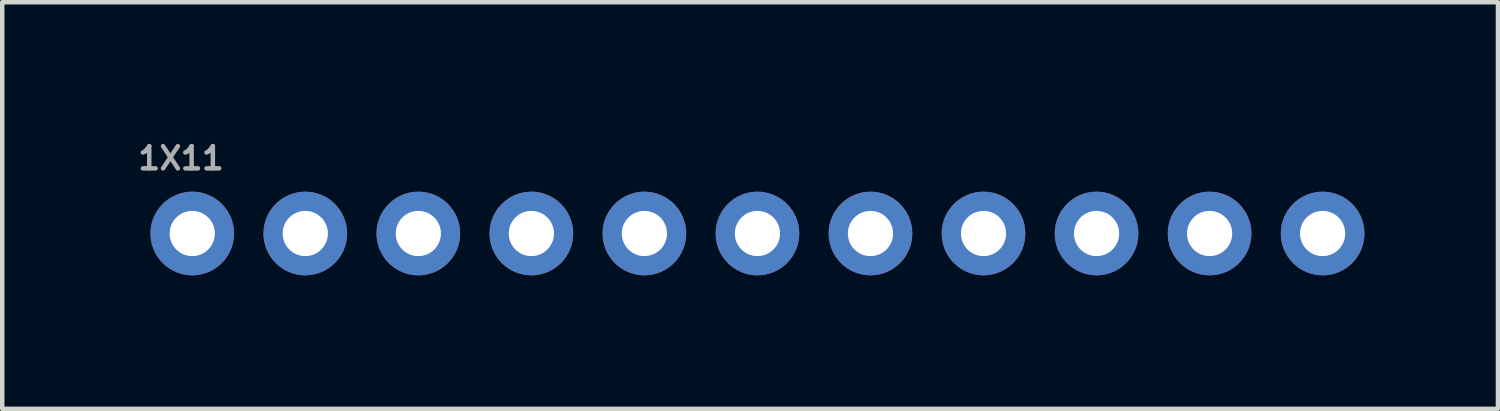
<source format=kicad_pcb>
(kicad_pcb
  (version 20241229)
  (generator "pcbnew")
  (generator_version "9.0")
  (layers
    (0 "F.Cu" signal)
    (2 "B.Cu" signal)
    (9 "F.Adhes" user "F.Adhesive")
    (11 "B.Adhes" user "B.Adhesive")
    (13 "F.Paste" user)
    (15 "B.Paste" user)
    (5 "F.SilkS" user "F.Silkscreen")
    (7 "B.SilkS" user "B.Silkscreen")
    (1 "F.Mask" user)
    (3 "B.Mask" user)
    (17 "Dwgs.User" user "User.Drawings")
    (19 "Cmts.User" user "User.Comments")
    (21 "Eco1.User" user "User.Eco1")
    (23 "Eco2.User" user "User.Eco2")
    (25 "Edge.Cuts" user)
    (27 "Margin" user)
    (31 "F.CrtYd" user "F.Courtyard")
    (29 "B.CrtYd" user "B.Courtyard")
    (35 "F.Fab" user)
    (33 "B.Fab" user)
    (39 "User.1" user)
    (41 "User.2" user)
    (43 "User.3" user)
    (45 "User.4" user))
  (footprint "1X11"
    (layer "F.Cu")
    (at 1.27 2.197)
    (property "Reference" "1X11" (at -1.27 -1.397 0) (layer "F.Fab") (effects (font (size 0.5 0.5) (thickness 0.1)) (justify left bottom)))
    (fp_poly (pts (xy -0.254 0.254) (xy 0.254 0.254) (xy 0.254 -0.254) (xy -0.254 -0.254)) (stroke (width 0.1) (type default)) (fill no) (layer "F.Fab"))
    (fp_poly (pts (xy 2.286 0.254) (xy 2.794 0.254) (xy 2.794 -0.254) (xy 2.286 -0.254)) (stroke (width 0.1) (type default)) (fill no) (layer "F.Fab"))
    (fp_poly (pts (xy 4.826 0.254) (xy 5.334 0.254) (xy 5.334 -0.254) (xy 4.826 -0.254)) (stroke (width 0.1) (type default)) (fill no) (layer "F.Fab"))
    (fp_poly (pts (xy 7.366 0.254) (xy 7.874 0.254) (xy 7.874 -0.254) (xy 7.366 -0.254)) (stroke (width 0.1) (type default)) (fill no) (layer "F.Fab"))
    (fp_poly (pts (xy 9.906 0.254) (xy 10.414 0.254) (xy 10.414 -0.254) (xy 9.906 -0.254)) (stroke (width 0.1) (type default)) (fill no) (layer "F.Fab"))
    (fp_poly (pts (xy 12.446 0.254) (xy 12.954 0.254) (xy 12.954 -0.254) (xy 12.446 -0.254)) (stroke (width 0.1) (type default)) (fill no) (layer "F.Fab"))
    (fp_poly (pts (xy 14.986 0.254) (xy 15.494 0.254) (xy 15.494 -0.254) (xy 14.986 -0.254)) (stroke (width 0.1) (type default)) (fill no) (layer "F.Fab"))
    (fp_poly (pts (xy 17.526 0.254) (xy 18.034 0.254) (xy 18.034 -0.254) (xy 17.526 -0.254)) (stroke (width 0.1) (type default)) (fill no) (layer "F.Fab"))
    (fp_poly (pts (xy 20.066 0.254) (xy 20.574 0.254) (xy 20.574 -0.254) (xy 20.066 -0.254)) (stroke (width 0.1) (type default)) (fill no) (layer "F.Fab"))
    (fp_poly (pts (xy 22.606 0.254) (xy 23.114 0.254) (xy 23.114 -0.254) (xy 22.606 -0.254)) (stroke (width 0.1) (type default)) (fill no) (layer "F.Fab"))
    (fp_poly (pts (xy 25.146 0.254) (xy 25.654 0.254) (xy 25.654 -0.254) (xy 25.146 -0.254)) (stroke (width 0.1) (type default)) (fill no) (layer "F.Fab"))
    (pad "1" thru_hole circle (at 0 0 90) (size 1.88 1.88) (drill 1.016) (layers "*.Cu" "*.Mask"))
    (pad "2" thru_hole circle (at 2.54 0 90) (size 1.88 1.88) (drill 1.016) (layers "*.Cu" "*.Mask"))
    (pad "3" thru_hole circle (at 5.08 0 90) (size 1.88 1.88) (drill 1.016) (layers "*.Cu" "*.Mask"))
    (pad "4" thru_hole circle (at 7.62 0 90) (size 1.88 1.88) (drill 1.016) (layers "*.Cu" "*.Mask"))
    (pad "5" thru_hole circle (at 10.16 0 90) (size 1.88 1.88) (drill 1.016) (layers "*.Cu" "*.Mask"))
    (pad "6" thru_hole circle (at 12.7 0 90) (size 1.88 1.88) (drill 1.016) (layers "*.Cu" "*.Mask"))
    (pad "7" thru_hole circle (at 15.24 0 90) (size 1.88 1.88) (drill 1.016) (layers "*.Cu" "*.Mask"))
    (pad "8" thru_hole circle (at 17.78 0 90) (size 1.88 1.88) (drill 1.016) (layers "*.Cu" "*.Mask"))
    (pad "9" thru_hole circle (at 20.32 0 90) (size 1.88 1.88) (drill 1.016) (layers "*.Cu" "*.Mask"))
    (pad "10" thru_hole circle (at 22.86 0 90) (size 1.88 1.88) (drill 1.016) (layers "*.Cu" "*.Mask"))
    (pad "11" thru_hole circle (at 25.4 0 90) (size 1.88 1.88) (drill 1.016) (layers "*.Cu" "*.Mask")))
  (gr_rect
    (start -3 -3)
    (end 30.61 6.137)
    (stroke (width 0.1) (type default))
    (fill no)
    (layer "Edge.Cuts")))
</source>
